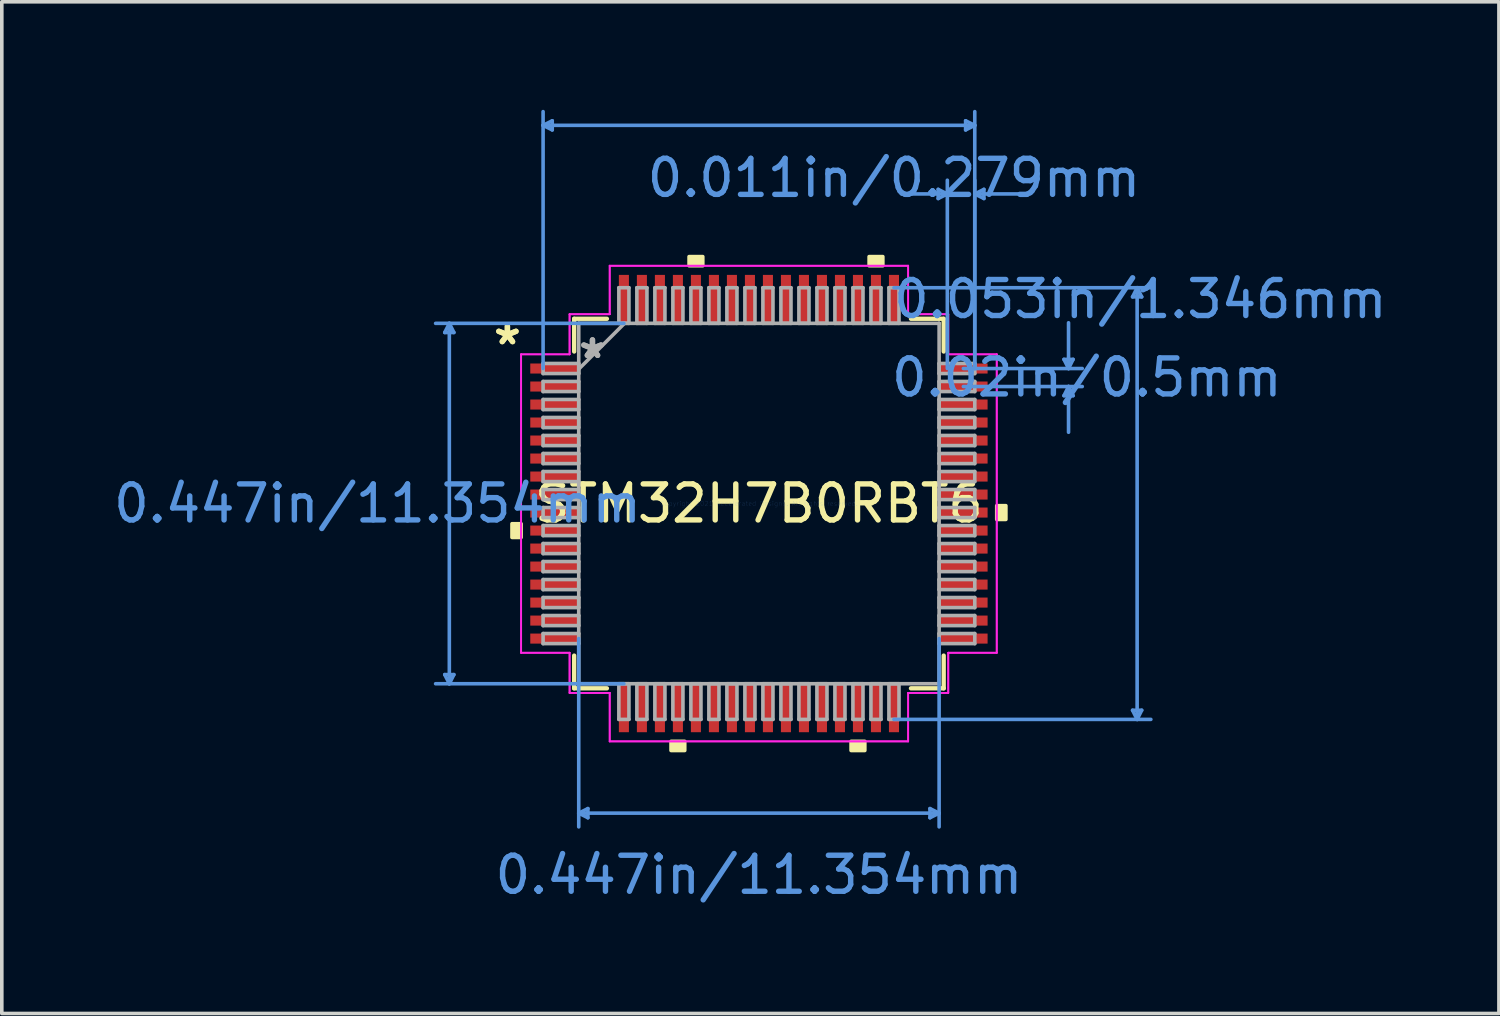
<source format=kicad_pcb>
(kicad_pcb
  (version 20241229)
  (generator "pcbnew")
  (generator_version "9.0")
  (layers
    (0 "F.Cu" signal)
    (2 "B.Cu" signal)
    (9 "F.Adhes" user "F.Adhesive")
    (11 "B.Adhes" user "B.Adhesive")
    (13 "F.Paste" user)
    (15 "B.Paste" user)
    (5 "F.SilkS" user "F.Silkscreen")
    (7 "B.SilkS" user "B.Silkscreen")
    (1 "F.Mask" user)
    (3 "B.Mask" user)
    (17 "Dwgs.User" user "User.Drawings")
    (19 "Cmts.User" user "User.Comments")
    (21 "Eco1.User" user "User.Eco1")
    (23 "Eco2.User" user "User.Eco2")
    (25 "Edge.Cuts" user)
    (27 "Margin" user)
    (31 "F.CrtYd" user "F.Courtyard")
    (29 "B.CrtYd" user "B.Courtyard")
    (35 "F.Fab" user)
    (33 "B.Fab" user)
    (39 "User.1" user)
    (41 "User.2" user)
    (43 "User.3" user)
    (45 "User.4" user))
  (footprint "STM32H7B0RBT6"
    (layer "F.Cu")
    (at 18.026 10.934)
    (property "Reference" "STM32H7B0RBT6" (at 0 0 0) (layer "F.SilkS") (effects (font (size 1 1) (thickness 0.15))))
    (attr through_hole)
    (fp_line (start -5.131 -5.131) (end -5.131 -4.222) (stroke (width 0.12) (type solid)) (layer "F.SilkS"))
    (fp_line (start -5.131 4.222) (end -5.131 5.131) (stroke (width 0.12) (type solid)) (layer "F.SilkS"))
    (fp_line (start -5.131 5.131) (end -4.222 5.131) (stroke (width 0.12) (type solid)) (layer "F.SilkS"))
    (fp_line (start -4.222 -5.131) (end -5.131 -5.131) (stroke (width 0.12) (type solid)) (layer "F.SilkS"))
    (fp_line (start 4.222 5.131) (end 5.131 5.131) (stroke (width 0.12) (type solid)) (layer "F.SilkS"))
    (fp_line (start 5.131 -5.131) (end 4.222 -5.131) (stroke (width 0.12) (type solid)) (layer "F.SilkS"))
    (fp_line (start 5.131 -4.222) (end 5.131 -5.131) (stroke (width 0.12) (type solid)) (layer "F.SilkS"))
    (fp_line (start 5.131 5.131) (end 5.131 4.222) (stroke (width 0.12) (type solid)) (layer "F.SilkS"))
    (fp_poly (pts (xy -6.858 0.56) (xy -6.858 0.941) (xy -6.604 0.941) (xy -6.604 0.56)) (stroke (width 0.1) (type solid)) (fill yes) (layer "F.SilkS"))
    (fp_poly (pts (xy -2.441 6.604) (xy -2.441 6.858) (xy -2.06 6.858) (xy -2.06 6.604)) (stroke (width 0.1) (type solid)) (fill yes) (layer "F.SilkS"))
    (fp_poly (pts (xy -1.94 -6.604) (xy -1.94 -6.858) (xy -1.559 -6.858) (xy -1.559 -6.604)) (stroke (width 0.1) (type solid)) (fill yes) (layer "F.SilkS"))
    (fp_poly (pts (xy 2.559 6.604) (xy 2.559 6.858) (xy 2.941 6.858) (xy 2.941 6.604)) (stroke (width 0.1) (type solid)) (fill yes) (layer "F.SilkS"))
    (fp_poly (pts (xy 3.06 -6.604) (xy 3.06 -6.858) (xy 3.441 -6.858) (xy 3.441 -6.604)) (stroke (width 0.1) (type solid)) (fill yes) (layer "F.SilkS"))
    (fp_poly (pts (xy 6.858 0.059) (xy 6.858 0.441) (xy 6.604 0.441) (xy 6.604 0.059)) (stroke (width 0.1) (type solid)) (fill yes) (layer "F.SilkS"))
    (fp_line (start -8.725 -4.75) (end -8.471 -4.75) (stroke (width 0.1) (type solid)) (layer "Cmts.User"))
    (fp_line (start -8.725 4.75) (end -8.471 4.75) (stroke (width 0.1) (type solid)) (layer "Cmts.User"))
    (fp_line (start -8.598 -5.004) (end -8.725 -4.75) (stroke (width 0.1) (type solid)) (layer "Cmts.User"))
    (fp_line (start -8.598 -5.004) (end -8.598 5.004) (stroke (width 0.1) (type solid)) (layer "Cmts.User"))
    (fp_line (start -8.598 -5.004) (end -8.471 -4.75) (stroke (width 0.1) (type solid)) (layer "Cmts.User"))
    (fp_line (start -8.598 5.004) (end -8.725 4.75) (stroke (width 0.1) (type solid)) (layer "Cmts.User"))
    (fp_line (start -8.598 5.004) (end -8.471 4.75) (stroke (width 0.1) (type solid)) (layer "Cmts.User"))
    (fp_line (start -5.994 -10.503) (end -5.74 -10.63) (stroke (width 0.1) (type solid)) (layer "Cmts.User"))
    (fp_line (start -5.994 -10.503) (end -5.74 -10.376) (stroke (width 0.1) (type solid)) (layer "Cmts.User"))
    (fp_line (start -5.994 -10.503) (end 5.994 -10.503) (stroke (width 0.1) (type solid)) (layer "Cmts.User"))
    (fp_line (start -5.994 -3.75) (end -5.994 -10.884) (stroke (width 0.1) (type solid)) (layer "Cmts.User"))
    (fp_line (start -5.74 -10.63) (end -5.74 -10.376) (stroke (width 0.1) (type solid)) (layer "Cmts.User"))
    (fp_line (start -5.004 3.75) (end -5.004 8.979) (stroke (width 0.1) (type solid)) (layer "Cmts.User"))
    (fp_line (start -5.004 8.598) (end -4.75 8.471) (stroke (width 0.1) (type solid)) (layer "Cmts.User"))
    (fp_line (start -5.004 8.598) (end -4.75 8.725) (stroke (width 0.1) (type solid)) (layer "Cmts.User"))
    (fp_line (start -5.004 8.598) (end 5.004 8.598) (stroke (width 0.1) (type solid)) (layer "Cmts.User"))
    (fp_line (start -4.75 8.471) (end -4.75 8.725) (stroke (width 0.1) (type solid)) (layer "Cmts.User"))
    (fp_line (start -3.75 -5.004) (end -8.979 -5.004) (stroke (width 0.1) (type solid)) (layer "Cmts.User"))
    (fp_line (start -3.75 5.004) (end -8.979 5.004) (stroke (width 0.1) (type solid)) (layer "Cmts.User"))
    (fp_line (start 3.75 -5.994) (end 10.884 -5.994) (stroke (width 0.1) (type solid)) (layer "Cmts.User"))
    (fp_line (start 3.75 5.994) (end 10.884 5.994) (stroke (width 0.1) (type solid)) (layer "Cmts.User"))
    (fp_line (start 4.75 8.471) (end 4.75 8.725) (stroke (width 0.1) (type solid)) (layer "Cmts.User"))
    (fp_line (start 4.978 -8.725) (end 4.978 -8.471) (stroke (width 0.1) (type solid)) (layer "Cmts.User"))
    (fp_line (start 5.004 3.75) (end 5.004 8.979) (stroke (width 0.1) (type solid)) (layer "Cmts.User"))
    (fp_line (start 5.004 8.598) (end 4.75 8.471) (stroke (width 0.1) (type solid)) (layer "Cmts.User"))
    (fp_line (start 5.004 8.598) (end 4.75 8.725) (stroke (width 0.1) (type solid)) (layer "Cmts.User"))
    (fp_line (start 5.232 -8.598) (end 3.962 -8.598) (stroke (width 0.1) (type solid)) (layer "Cmts.User"))
    (fp_line (start 5.232 -8.598) (end 4.978 -8.725) (stroke (width 0.1) (type solid)) (layer "Cmts.User"))
    (fp_line (start 5.232 -8.598) (end 4.978 -8.471) (stroke (width 0.1) (type solid)) (layer "Cmts.User"))
    (fp_line (start 5.232 -3.75) (end 5.232 -8.979) (stroke (width 0.1) (type solid)) (layer "Cmts.User"))
    (fp_line (start 5.677 -3.75) (end 8.979 -3.75) (stroke (width 0.1) (type solid)) (layer "Cmts.User"))
    (fp_line (start 5.677 -3.25) (end 8.979 -3.25) (stroke (width 0.1) (type solid)) (layer "Cmts.User"))
    (fp_line (start 5.74 -10.63) (end 5.74 -10.376) (stroke (width 0.1) (type solid)) (layer "Cmts.User"))
    (fp_line (start 5.994 -10.503) (end 5.74 -10.63) (stroke (width 0.1) (type solid)) (layer "Cmts.User"))
    (fp_line (start 5.994 -10.503) (end 5.74 -10.376) (stroke (width 0.1) (type solid)) (layer "Cmts.User"))
    (fp_line (start 5.994 -8.598) (end 6.248 -8.725) (stroke (width 0.1) (type solid)) (layer "Cmts.User"))
    (fp_line (start 5.994 -8.598) (end 6.248 -8.471) (stroke (width 0.1) (type solid)) (layer "Cmts.User"))
    (fp_line (start 5.994 -8.598) (end 7.264 -8.598) (stroke (width 0.1) (type solid)) (layer "Cmts.User"))
    (fp_line (start 5.994 -3.75) (end 5.994 -10.884) (stroke (width 0.1) (type solid)) (layer "Cmts.User"))
    (fp_line (start 5.994 -3.75) (end 5.994 -8.979) (stroke (width 0.1) (type solid)) (layer "Cmts.User"))
    (fp_line (start 6.248 -8.725) (end 6.248 -8.471) (stroke (width 0.1) (type solid)) (layer "Cmts.User"))
    (fp_line (start 8.471 -4.004) (end 8.725 -4.004) (stroke (width 0.1) (type solid)) (layer "Cmts.User"))
    (fp_line (start 8.471 -2.996) (end 8.725 -2.996) (stroke (width 0.1) (type solid)) (layer "Cmts.User"))
    (fp_line (start 8.598 -3.75) (end 8.471 -4.004) (stroke (width 0.1) (type solid)) (layer "Cmts.User"))
    (fp_line (start 8.598 -3.75) (end 8.598 -5.02) (stroke (width 0.1) (type solid)) (layer "Cmts.User"))
    (fp_line (start 8.598 -3.75) (end 8.725 -4.004) (stroke (width 0.1) (type solid)) (layer "Cmts.User"))
    (fp_line (start 8.598 -3.25) (end 8.471 -2.996) (stroke (width 0.1) (type solid)) (layer "Cmts.User"))
    (fp_line (start 8.598 -3.25) (end 8.598 -1.98) (stroke (width 0.1) (type solid)) (layer "Cmts.User"))
    (fp_line (start 8.598 -3.25) (end 8.725 -2.996) (stroke (width 0.1) (type solid)) (layer "Cmts.User"))
    (fp_line (start 10.376 -5.74) (end 10.63 -5.74) (stroke (width 0.1) (type solid)) (layer "Cmts.User"))
    (fp_line (start 10.376 5.74) (end 10.63 5.74) (stroke (width 0.1) (type solid)) (layer "Cmts.User"))
    (fp_line (start 10.503 -5.994) (end 10.376 -5.74) (stroke (width 0.1) (type solid)) (layer "Cmts.User"))
    (fp_line (start 10.503 -5.994) (end 10.503 5.994) (stroke (width 0.1) (type solid)) (layer "Cmts.User"))
    (fp_line (start 10.503 -5.994) (end 10.63 -5.74) (stroke (width 0.1) (type solid)) (layer "Cmts.User"))
    (fp_line (start 10.503 5.994) (end 10.376 5.74) (stroke (width 0.1) (type solid)) (layer "Cmts.User"))
    (fp_line (start 10.503 5.994) (end 10.63 5.74) (stroke (width 0.1) (type solid)) (layer "Cmts.User"))
    (fp_line (start -6.604 -4.144) (end -5.258 -4.144) (stroke (width 0.05) (type solid)) (layer "F.CrtYd"))
    (fp_line (start -6.604 -4.144) (end -5.258 -4.144) (stroke (width 0.05) (type solid)) (layer "F.CrtYd"))
    (fp_line (start -6.604 4.144) (end -6.604 -4.144) (stroke (width 0.05) (type solid)) (layer "F.CrtYd"))
    (fp_line (start -6.604 4.144) (end -6.604 -4.144) (stroke (width 0.05) (type solid)) (layer "F.CrtYd"))
    (fp_line (start -5.258 -5.258) (end -4.144 -5.258) (stroke (width 0.05) (type solid)) (layer "F.CrtYd"))
    (fp_line (start -5.258 -5.258) (end -4.144 -5.258) (stroke (width 0.05) (type solid)) (layer "F.CrtYd"))
    (fp_line (start -5.258 -4.144) (end -5.258 -5.258) (stroke (width 0.05) (type solid)) (layer "F.CrtYd"))
    (fp_line (start -5.258 -4.144) (end -5.258 -5.258) (stroke (width 0.05) (type solid)) (layer "F.CrtYd"))
    (fp_line (start -5.258 4.144) (end -6.604 4.144) (stroke (width 0.05) (type solid)) (layer "F.CrtYd"))
    (fp_line (start -5.258 4.144) (end -6.604 4.144) (stroke (width 0.05) (type solid)) (layer "F.CrtYd"))
    (fp_line (start -5.258 5.258) (end -5.258 4.144) (stroke (width 0.05) (type solid)) (layer "F.CrtYd"))
    (fp_line (start -5.258 5.258) (end -5.258 4.144) (stroke (width 0.05) (type solid)) (layer "F.CrtYd"))
    (fp_line (start -5.258 5.258) (end -4.144 5.258) (stroke (width 0.05) (type solid)) (layer "F.CrtYd"))
    (fp_line (start -4.144 -6.604) (end 4.144 -6.604) (stroke (width 0.05) (type solid)) (layer "F.CrtYd"))
    (fp_line (start -4.144 -6.604) (end 4.144 -6.604) (stroke (width 0.05) (type solid)) (layer "F.CrtYd"))
    (fp_line (start -4.144 -5.258) (end -4.144 -6.604) (stroke (width 0.05) (type solid)) (layer "F.CrtYd"))
    (fp_line (start -4.144 -5.258) (end -4.144 -6.604) (stroke (width 0.05) (type solid)) (layer "F.CrtYd"))
    (fp_line (start -4.144 5.258) (end -5.258 5.258) (stroke (width 0.05) (type solid)) (layer "F.CrtYd"))
    (fp_line (start -4.144 5.258) (end -4.144 6.604) (stroke (width 0.05) (type solid)) (layer "F.CrtYd"))
    (fp_line (start -4.144 6.604) (end -4.144 5.258) (stroke (width 0.05) (type solid)) (layer "F.CrtYd"))
    (fp_line (start -4.144 6.604) (end 4.144 6.604) (stroke (width 0.05) (type solid)) (layer "F.CrtYd"))
    (fp_line (start 4.144 -6.604) (end 4.144 -5.258) (stroke (width 0.05) (type solid)) (layer "F.CrtYd"))
    (fp_line (start 4.144 -6.604) (end 4.144 -5.258) (stroke (width 0.05) (type solid)) (layer "F.CrtYd"))
    (fp_line (start 4.144 -5.258) (end 5.258 -5.258) (stroke (width 0.05) (type solid)) (layer "F.CrtYd"))
    (fp_line (start 4.144 -5.258) (end 5.258 -5.258) (stroke (width 0.05) (type solid)) (layer "F.CrtYd"))
    (fp_line (start 4.144 5.258) (end 4.144 6.604) (stroke (width 0.05) (type solid)) (layer "F.CrtYd"))
    (fp_line (start 4.144 5.258) (end 5.258 5.258) (stroke (width 0.05) (type solid)) (layer "F.CrtYd"))
    (fp_line (start 4.144 6.604) (end -4.144 6.604) (stroke (width 0.05) (type solid)) (layer "F.CrtYd"))
    (fp_line (start 4.144 6.604) (end 4.144 5.258) (stroke (width 0.05) (type solid)) (layer "F.CrtYd"))
    (fp_line (start 5.258 -5.258) (end 5.258 -4.144) (stroke (width 0.05) (type solid)) (layer "F.CrtYd"))
    (fp_line (start 5.258 -4.144) (end 5.258 -5.258) (stroke (width 0.05) (type solid)) (layer "F.CrtYd"))
    (fp_line (start 5.258 -4.144) (end 6.604 -4.144) (stroke (width 0.05) (type solid)) (layer "F.CrtYd"))
    (fp_line (start 5.258 4.144) (end 5.258 5.258) (stroke (width 0.05) (type solid)) (layer "F.CrtYd"))
    (fp_line (start 5.258 4.144) (end 6.604 4.144) (stroke (width 0.05) (type solid)) (layer "F.CrtYd"))
    (fp_line (start 5.258 5.258) (end 4.144 5.258) (stroke (width 0.05) (type solid)) (layer "F.CrtYd"))
    (fp_line (start 5.258 5.258) (end 5.258 4.144) (stroke (width 0.05) (type solid)) (layer "F.CrtYd"))
    (fp_line (start 6.604 -4.144) (end 5.258 -4.144) (stroke (width 0.05) (type solid)) (layer "F.CrtYd"))
    (fp_line (start 6.604 -4.144) (end 6.604 4.144) (stroke (width 0.05) (type solid)) (layer "F.CrtYd"))
    (fp_line (start 6.604 4.144) (end 5.258 4.144) (stroke (width 0.05) (type solid)) (layer "F.CrtYd"))
    (fp_line (start 6.604 4.144) (end 6.604 -4.144) (stroke (width 0.05) (type solid)) (layer "F.CrtYd"))
    (fp_line (start -5.994 -3.89) (end -5.994 -3.61) (stroke (width 0.1) (type solid)) (layer "F.Fab"))
    (fp_line (start -5.994 -3.61) (end -5.004 -3.61) (stroke (width 0.1) (type solid)) (layer "F.Fab"))
    (fp_line (start -5.994 -3.39) (end -5.994 -3.11) (stroke (width 0.1) (type solid)) (layer "F.Fab"))
    (fp_line (start -5.994 -3.11) (end -5.004 -3.11) (stroke (width 0.1) (type solid)) (layer "F.Fab"))
    (fp_line (start -5.994 -2.89) (end -5.994 -2.61) (stroke (width 0.1) (type solid)) (layer "F.Fab"))
    (fp_line (start -5.994 -2.61) (end -5.004 -2.61) (stroke (width 0.1) (type solid)) (layer "F.Fab"))
    (fp_line (start -5.994 -2.39) (end -5.994 -2.11) (stroke (width 0.1) (type solid)) (layer "F.Fab"))
    (fp_line (start -5.994 -2.11) (end -5.004 -2.11) (stroke (width 0.1) (type solid)) (layer "F.Fab"))
    (fp_line (start -5.994 -1.89) (end -5.994 -1.61) (stroke (width 0.1) (type solid)) (layer "F.Fab"))
    (fp_line (start -5.994 -1.61) (end -5.004 -1.61) (stroke (width 0.1) (type solid)) (layer "F.Fab"))
    (fp_line (start -5.994 -1.39) (end -5.994 -1.11) (stroke (width 0.1) (type solid)) (layer "F.Fab"))
    (fp_line (start -5.994 -1.11) (end -5.004 -1.11) (stroke (width 0.1) (type solid)) (layer "F.Fab"))
    (fp_line (start -5.994 -0.89) (end -5.994 -0.61) (stroke (width 0.1) (type solid)) (layer "F.Fab"))
    (fp_line (start -5.994 -0.61) (end -5.004 -0.61) (stroke (width 0.1) (type solid)) (layer "F.Fab"))
    (fp_line (start -5.994 -0.39) (end -5.994 -0.11) (stroke (width 0.1) (type solid)) (layer "F.Fab"))
    (fp_line (start -5.994 -0.11) (end -5.004 -0.11) (stroke (width 0.1) (type solid)) (layer "F.Fab"))
    (fp_line (start -5.994 0.11) (end -5.994 0.39) (stroke (width 0.1) (type solid)) (layer "F.Fab"))
    (fp_line (start -5.994 0.39) (end -5.004 0.39) (stroke (width 0.1) (type solid)) (layer "F.Fab"))
    (fp_line (start -5.994 0.61) (end -5.994 0.89) (stroke (width 0.1) (type solid)) (layer "F.Fab"))
    (fp_line (start -5.994 0.89) (end -5.004 0.89) (stroke (width 0.1) (type solid)) (layer "F.Fab"))
    (fp_line (start -5.994 1.11) (end -5.994 1.39) (stroke (width 0.1) (type solid)) (layer "F.Fab"))
    (fp_line (start -5.994 1.39) (end -5.004 1.39) (stroke (width 0.1) (type solid)) (layer "F.Fab"))
    (fp_line (start -5.994 1.61) (end -5.994 1.89) (stroke (width 0.1) (type solid)) (layer "F.Fab"))
    (fp_line (start -5.994 1.89) (end -5.004 1.89) (stroke (width 0.1) (type solid)) (layer "F.Fab"))
    (fp_line (start -5.994 2.11) (end -5.994 2.39) (stroke (width 0.1) (type solid)) (layer "F.Fab"))
    (fp_line (start -5.994 2.39) (end -5.004 2.39) (stroke (width 0.1) (type solid)) (layer "F.Fab"))
    (fp_line (start -5.994 2.61) (end -5.994 2.89) (stroke (width 0.1) (type solid)) (layer "F.Fab"))
    (fp_line (start -5.994 2.89) (end -5.004 2.89) (stroke (width 0.1) (type solid)) (layer "F.Fab"))
    (fp_line (start -5.994 3.11) (end -5.994 3.39) (stroke (width 0.1) (type solid)) (layer "F.Fab"))
    (fp_line (start -5.994 3.39) (end -5.004 3.39) (stroke (width 0.1) (type solid)) (layer "F.Fab"))
    (fp_line (start -5.994 3.61) (end -5.994 3.89) (stroke (width 0.1) (type solid)) (layer "F.Fab"))
    (fp_line (start -5.994 3.89) (end -5.004 3.89) (stroke (width 0.1) (type solid)) (layer "F.Fab"))
    (fp_line (start -5.004 -5.004) (end -5.004 -5.004) (stroke (width 0.1) (type solid)) (layer "F.Fab"))
    (fp_line (start -5.004 -5.004) (end -5.004 5.004) (stroke (width 0.1) (type solid)) (layer "F.Fab"))
    (fp_line (start -5.004 -3.89) (end -5.994 -3.89) (stroke (width 0.1) (type solid)) (layer "F.Fab"))
    (fp_line (start -5.004 -3.734) (end -3.734 -5.004) (stroke (width 0.1) (type solid)) (layer "F.Fab"))
    (fp_line (start -5.004 -3.61) (end -5.004 -3.89) (stroke (width 0.1) (type solid)) (layer "F.Fab"))
    (fp_line (start -5.004 -3.39) (end -5.994 -3.39) (stroke (width 0.1) (type solid)) (layer "F.Fab"))
    (fp_line (start -5.004 -3.11) (end -5.004 -3.39) (stroke (width 0.1) (type solid)) (layer "F.Fab"))
    (fp_line (start -5.004 -2.89) (end -5.994 -2.89) (stroke (width 0.1) (type solid)) (layer "F.Fab"))
    (fp_line (start -5.004 -2.61) (end -5.004 -2.89) (stroke (width 0.1) (type solid)) (layer "F.Fab"))
    (fp_line (start -5.004 -2.39) (end -5.994 -2.39) (stroke (width 0.1) (type solid)) (layer "F.Fab"))
    (fp_line (start -5.004 -2.11) (end -5.004 -2.39) (stroke (width 0.1) (type solid)) (layer "F.Fab"))
    (fp_line (start -5.004 -1.89) (end -5.994 -1.89) (stroke (width 0.1) (type solid)) (layer "F.Fab"))
    (fp_line (start -5.004 -1.61) (end -5.004 -1.89) (stroke (width 0.1) (type solid)) (layer "F.Fab"))
    (fp_line (start -5.004 -1.39) (end -5.994 -1.39) (stroke (width 0.1) (type solid)) (layer "F.Fab"))
    (fp_line (start -5.004 -1.11) (end -5.004 -1.39) (stroke (width 0.1) (type solid)) (layer "F.Fab"))
    (fp_line (start -5.004 -0.89) (end -5.994 -0.89) (stroke (width 0.1) (type solid)) (layer "F.Fab"))
    (fp_line (start -5.004 -0.61) (end -5.004 -0.89) (stroke (width 0.1) (type solid)) (layer "F.Fab"))
    (fp_line (start -5.004 -0.39) (end -5.994 -0.39) (stroke (width 0.1) (type solid)) (layer "F.Fab"))
    (fp_line (start -5.004 -0.11) (end -5.004 -0.39) (stroke (width 0.1) (type solid)) (layer "F.Fab"))
    (fp_line (start -5.004 0.11) (end -5.994 0.11) (stroke (width 0.1) (type solid)) (layer "F.Fab"))
    (fp_line (start -5.004 0.39) (end -5.004 0.11) (stroke (width 0.1) (type solid)) (layer "F.Fab"))
    (fp_line (start -5.004 0.61) (end -5.994 0.61) (stroke (width 0.1) (type solid)) (layer "F.Fab"))
    (fp_line (start -5.004 0.89) (end -5.004 0.61) (stroke (width 0.1) (type solid)) (layer "F.Fab"))
    (fp_line (start -5.004 1.11) (end -5.994 1.11) (stroke (width 0.1) (type solid)) (layer "F.Fab"))
    (fp_line (start -5.004 1.39) (end -5.004 1.11) (stroke (width 0.1) (type solid)) (layer "F.Fab"))
    (fp_line (start -5.004 1.61) (end -5.994 1.61) (stroke (width 0.1) (type solid)) (layer "F.Fab"))
    (fp_line (start -5.004 1.89) (end -5.004 1.61) (stroke (width 0.1) (type solid)) (layer "F.Fab"))
    (fp_line (start -5.004 2.11) (end -5.994 2.11) (stroke (width 0.1) (type solid)) (layer "F.Fab"))
    (fp_line (start -5.004 2.39) (end -5.004 2.11) (stroke (width 0.1) (type solid)) (layer "F.Fab"))
    (fp_line (start -5.004 2.61) (end -5.994 2.61) (stroke (width 0.1) (type solid)) (layer "F.Fab"))
    (fp_line (start -5.004 2.89) (end -5.004 2.61) (stroke (width 0.1) (type solid)) (layer "F.Fab"))
    (fp_line (start -5.004 3.11) (end -5.994 3.11) (stroke (width 0.1) (type solid)) (layer "F.Fab"))
    (fp_line (start -5.004 3.39) (end -5.004 3.11) (stroke (width 0.1) (type solid)) (layer "F.Fab"))
    (fp_line (start -5.004 3.61) (end -5.994 3.61) (stroke (width 0.1) (type solid)) (layer "F.Fab"))
    (fp_line (start -5.004 3.89) (end -5.004 3.61) (stroke (width 0.1) (type solid)) (layer "F.Fab"))
    (fp_line (start -5.004 5.004) (end -5.004 5.004) (stroke (width 0.1) (type solid)) (layer "F.Fab"))
    (fp_line (start -5.004 5.004) (end 5.004 5.004) (stroke (width 0.1) (type solid)) (layer "F.Fab"))
    (fp_line (start -3.89 -5.994) (end -3.89 -5.004) (stroke (width 0.1) (type solid)) (layer "F.Fab"))
    (fp_line (start -3.89 -5.004) (end -3.61 -5.004) (stroke (width 0.1) (type solid)) (layer "F.Fab"))
    (fp_line (start -3.89 5.004) (end -3.89 5.994) (stroke (width 0.1) (type solid)) (layer "F.Fab"))
    (fp_line (start -3.89 5.994) (end -3.61 5.994) (stroke (width 0.1) (type solid)) (layer "F.Fab"))
    (fp_line (start -3.61 -5.994) (end -3.89 -5.994) (stroke (width 0.1) (type solid)) (layer "F.Fab"))
    (fp_line (start -3.61 -5.004) (end -3.61 -5.994) (stroke (width 0.1) (type solid)) (layer "F.Fab"))
    (fp_line (start -3.61 5.004) (end -3.89 5.004) (stroke (width 0.1) (type solid)) (layer "F.Fab"))
    (fp_line (start -3.61 5.994) (end -3.61 5.004) (stroke (width 0.1) (type solid)) (layer "F.Fab"))
    (fp_line (start -3.39 -5.994) (end -3.39 -5.004) (stroke (width 0.1) (type solid)) (layer "F.Fab"))
    (fp_line (start -3.39 -5.004) (end -3.11 -5.004) (stroke (width 0.1) (type solid)) (layer "F.Fab"))
    (fp_line (start -3.39 5.004) (end -3.39 5.994) (stroke (width 0.1) (type solid)) (layer "F.Fab"))
    (fp_line (start -3.39 5.994) (end -3.11 5.994) (stroke (width 0.1) (type solid)) (layer "F.Fab"))
    (fp_line (start -3.11 -5.994) (end -3.39 -5.994) (stroke (width 0.1) (type solid)) (layer "F.Fab"))
    (fp_line (start -3.11 -5.004) (end -3.11 -5.994) (stroke (width 0.1) (type solid)) (layer "F.Fab"))
    (fp_line (start -3.11 5.004) (end -3.39 5.004) (stroke (width 0.1) (type solid)) (layer "F.Fab"))
    (fp_line (start -3.11 5.994) (end -3.11 5.004) (stroke (width 0.1) (type solid)) (layer "F.Fab"))
    (fp_line (start -2.89 -5.994) (end -2.89 -5.004) (stroke (width 0.1) (type solid)) (layer "F.Fab"))
    (fp_line (start -2.89 -5.004) (end -2.61 -5.004) (stroke (width 0.1) (type solid)) (layer "F.Fab"))
    (fp_line (start -2.89 5.004) (end -2.89 5.994) (stroke (width 0.1) (type solid)) (layer "F.Fab"))
    (fp_line (start -2.89 5.994) (end -2.61 5.994) (stroke (width 0.1) (type solid)) (layer "F.Fab"))
    (fp_line (start -2.61 -5.994) (end -2.89 -5.994) (stroke (width 0.1) (type solid)) (layer "F.Fab"))
    (fp_line (start -2.61 -5.004) (end -2.61 -5.994) (stroke (width 0.1) (type solid)) (layer "F.Fab"))
    (fp_line (start -2.61 5.004) (end -2.89 5.004) (stroke (width 0.1) (type solid)) (layer "F.Fab"))
    (fp_line (start -2.61 5.994) (end -2.61 5.004) (stroke (width 0.1) (type solid)) (layer "F.Fab"))
    (fp_line (start -2.39 -5.994) (end -2.39 -5.004) (stroke (width 0.1) (type solid)) (layer "F.Fab"))
    (fp_line (start -2.39 -5.004) (end -2.11 -5.004) (stroke (width 0.1) (type solid)) (layer "F.Fab"))
    (fp_line (start -2.39 5.004) (end -2.39 5.994) (stroke (width 0.1) (type solid)) (layer "F.Fab"))
    (fp_line (start -2.39 5.994) (end -2.11 5.994) (stroke (width 0.1) (type solid)) (layer "F.Fab"))
    (fp_line (start -2.11 -5.994) (end -2.39 -5.994) (stroke (width 0.1) (type solid)) (layer "F.Fab"))
    (fp_line (start -2.11 -5.004) (end -2.11 -5.994) (stroke (width 0.1) (type solid)) (layer "F.Fab"))
    (fp_line (start -2.11 5.004) (end -2.39 5.004) (stroke (width 0.1) (type solid)) (layer "F.Fab"))
    (fp_line (start -2.11 5.994) (end -2.11 5.004) (stroke (width 0.1) (type solid)) (layer "F.Fab"))
    (fp_line (start -1.89 -5.994) (end -1.89 -5.004) (stroke (width 0.1) (type solid)) (layer "F.Fab"))
    (fp_line (start -1.89 -5.004) (end -1.61 -5.004) (stroke (width 0.1) (type solid)) (layer "F.Fab"))
    (fp_line (start -1.89 5.004) (end -1.89 5.994) (stroke (width 0.1) (type solid)) (layer "F.Fab"))
    (fp_line (start -1.89 5.994) (end -1.61 5.994) (stroke (width 0.1) (type solid)) (layer "F.Fab"))
    (fp_line (start -1.61 -5.994) (end -1.89 -5.994) (stroke (width 0.1) (type solid)) (layer "F.Fab"))
    (fp_line (start -1.61 -5.004) (end -1.61 -5.994) (stroke (width 0.1) (type solid)) (layer "F.Fab"))
    (fp_line (start -1.61 5.004) (end -1.89 5.004) (stroke (width 0.1) (type solid)) (layer "F.Fab"))
    (fp_line (start -1.61 5.994) (end -1.61 5.004) (stroke (width 0.1) (type solid)) (layer "F.Fab"))
    (fp_line (start -1.39 -5.994) (end -1.39 -5.004) (stroke (width 0.1) (type solid)) (layer "F.Fab"))
    (fp_line (start -1.39 -5.004) (end -1.11 -5.004) (stroke (width 0.1) (type solid)) (layer "F.Fab"))
    (fp_line (start -1.39 5.004) (end -1.39 5.994) (stroke (width 0.1) (type solid)) (layer "F.Fab"))
    (fp_line (start -1.39 5.994) (end -1.11 5.994) (stroke (width 0.1) (type solid)) (layer "F.Fab"))
    (fp_line (start -1.11 -5.994) (end -1.39 -5.994) (stroke (width 0.1) (type solid)) (layer "F.Fab"))
    (fp_line (start -1.11 -5.004) (end -1.11 -5.994) (stroke (width 0.1) (type solid)) (layer "F.Fab"))
    (fp_line (start -1.11 5.004) (end -1.39 5.004) (stroke (width 0.1) (type solid)) (layer "F.Fab"))
    (fp_line (start -1.11 5.994) (end -1.11 5.004) (stroke (width 0.1) (type solid)) (layer "F.Fab"))
    (fp_line (start -0.89 -5.994) (end -0.89 -5.004) (stroke (width 0.1) (type solid)) (layer "F.Fab"))
    (fp_line (start -0.89 -5.004) (end -0.61 -5.004) (stroke (width 0.1) (type solid)) (layer "F.Fab"))
    (fp_line (start -0.89 5.004) (end -0.89 5.994) (stroke (width 0.1) (type solid)) (layer "F.Fab"))
    (fp_line (start -0.89 5.994) (end -0.61 5.994) (stroke (width 0.1) (type solid)) (layer "F.Fab"))
    (fp_line (start -0.61 -5.994) (end -0.89 -5.994) (stroke (width 0.1) (type solid)) (layer "F.Fab"))
    (fp_line (start -0.61 -5.004) (end -0.61 -5.994) (stroke (width 0.1) (type solid)) (layer "F.Fab"))
    (fp_line (start -0.61 5.004) (end -0.89 5.004) (stroke (width 0.1) (type solid)) (layer "F.Fab"))
    (fp_line (start -0.61 5.994) (end -0.61 5.004) (stroke (width 0.1) (type solid)) (layer "F.Fab"))
    (fp_line (start -0.39 -5.994) (end -0.39 -5.004) (stroke (width 0.1) (type solid)) (layer "F.Fab"))
    (fp_line (start -0.39 -5.004) (end -0.11 -5.004) (stroke (width 0.1) (type solid)) (layer "F.Fab"))
    (fp_line (start -0.39 5.004) (end -0.39 5.994) (stroke (width 0.1) (type solid)) (layer "F.Fab"))
    (fp_line (start -0.39 5.994) (end -0.11 5.994) (stroke (width 0.1) (type solid)) (layer "F.Fab"))
    (fp_line (start -0.11 -5.994) (end -0.39 -5.994) (stroke (width 0.1) (type solid)) (layer "F.Fab"))
    (fp_line (start -0.11 -5.004) (end -0.11 -5.994) (stroke (width 0.1) (type solid)) (layer "F.Fab"))
    (fp_line (start -0.11 5.004) (end -0.39 5.004) (stroke (width 0.1) (type solid)) (layer "F.Fab"))
    (fp_line (start -0.11 5.994) (end -0.11 5.004) (stroke (width 0.1) (type solid)) (layer "F.Fab"))
    (fp_line (start 0.11 -5.994) (end 0.11 -5.004) (stroke (width 0.1) (type solid)) (layer "F.Fab"))
    (fp_line (start 0.11 -5.004) (end 0.39 -5.004) (stroke (width 0.1) (type solid)) (layer "F.Fab"))
    (fp_line (start 0.11 5.004) (end 0.11 5.994) (stroke (width 0.1) (type solid)) (layer "F.Fab"))
    (fp_line (start 0.11 5.994) (end 0.39 5.994) (stroke (width 0.1) (type solid)) (layer "F.Fab"))
    (fp_line (start 0.39 -5.994) (end 0.11 -5.994) (stroke (width 0.1) (type solid)) (layer "F.Fab"))
    (fp_line (start 0.39 -5.004) (end 0.39 -5.994) (stroke (width 0.1) (type solid)) (layer "F.Fab"))
    (fp_line (start 0.39 5.004) (end 0.11 5.004) (stroke (width 0.1) (type solid)) (layer "F.Fab"))
    (fp_line (start 0.39 5.994) (end 0.39 5.004) (stroke (width 0.1) (type solid)) (layer "F.Fab"))
    (fp_line (start 0.61 -5.994) (end 0.61 -5.004) (stroke (width 0.1) (type solid)) (layer "F.Fab"))
    (fp_line (start 0.61 -5.004) (end 0.89 -5.004) (stroke (width 0.1) (type solid)) (layer "F.Fab"))
    (fp_line (start 0.61 5.004) (end 0.61 5.994) (stroke (width 0.1) (type solid)) (layer "F.Fab"))
    (fp_line (start 0.61 5.994) (end 0.89 5.994) (stroke (width 0.1) (type solid)) (layer "F.Fab"))
    (fp_line (start 0.89 -5.994) (end 0.61 -5.994) (stroke (width 0.1) (type solid)) (layer "F.Fab"))
    (fp_line (start 0.89 -5.004) (end 0.89 -5.994) (stroke (width 0.1) (type solid)) (layer "F.Fab"))
    (fp_line (start 0.89 5.004) (end 0.61 5.004) (stroke (width 0.1) (type solid)) (layer "F.Fab"))
    (fp_line (start 0.89 5.994) (end 0.89 5.004) (stroke (width 0.1) (type solid)) (layer "F.Fab"))
    (fp_line (start 1.11 -5.994) (end 1.11 -5.004) (stroke (width 0.1) (type solid)) (layer "F.Fab"))
    (fp_line (start 1.11 -5.004) (end 1.39 -5.004) (stroke (width 0.1) (type solid)) (layer "F.Fab"))
    (fp_line (start 1.11 5.004) (end 1.11 5.994) (stroke (width 0.1) (type solid)) (layer "F.Fab"))
    (fp_line (start 1.11 5.994) (end 1.39 5.994) (stroke (width 0.1) (type solid)) (layer "F.Fab"))
    (fp_line (start 1.39 -5.994) (end 1.11 -5.994) (stroke (width 0.1) (type solid)) (layer "F.Fab"))
    (fp_line (start 1.39 -5.004) (end 1.39 -5.994) (stroke (width 0.1) (type solid)) (layer "F.Fab"))
    (fp_line (start 1.39 5.004) (end 1.11 5.004) (stroke (width 0.1) (type solid)) (layer "F.Fab"))
    (fp_line (start 1.39 5.994) (end 1.39 5.004) (stroke (width 0.1) (type solid)) (layer "F.Fab"))
    (fp_line (start 1.61 -5.994) (end 1.61 -5.004) (stroke (width 0.1) (type solid)) (layer "F.Fab"))
    (fp_line (start 1.61 -5.004) (end 1.89 -5.004) (stroke (width 0.1) (type solid)) (layer "F.Fab"))
    (fp_line (start 1.61 5.004) (end 1.61 5.994) (stroke (width 0.1) (type solid)) (layer "F.Fab"))
    (fp_line (start 1.61 5.994) (end 1.89 5.994) (stroke (width 0.1) (type solid)) (layer "F.Fab"))
    (fp_line (start 1.89 -5.994) (end 1.61 -5.994) (stroke (width 0.1) (type solid)) (layer "F.Fab"))
    (fp_line (start 1.89 -5.004) (end 1.89 -5.994) (stroke (width 0.1) (type solid)) (layer "F.Fab"))
    (fp_line (start 1.89 5.004) (end 1.61 5.004) (stroke (width 0.1) (type solid)) (layer "F.Fab"))
    (fp_line (start 1.89 5.994) (end 1.89 5.004) (stroke (width 0.1) (type solid)) (layer "F.Fab"))
    (fp_line (start 2.11 -5.994) (end 2.11 -5.004) (stroke (width 0.1) (type solid)) (layer "F.Fab"))
    (fp_line (start 2.11 -5.004) (end 2.39 -5.004) (stroke (width 0.1) (type solid)) (layer "F.Fab"))
    (fp_line (start 2.11 5.004) (end 2.11 5.994) (stroke (width 0.1) (type solid)) (layer "F.Fab"))
    (fp_line (start 2.11 5.994) (end 2.39 5.994) (stroke (width 0.1) (type solid)) (layer "F.Fab"))
    (fp_line (start 2.39 -5.994) (end 2.11 -5.994) (stroke (width 0.1) (type solid)) (layer "F.Fab"))
    (fp_line (start 2.39 -5.004) (end 2.39 -5.994) (stroke (width 0.1) (type solid)) (layer "F.Fab"))
    (fp_line (start 2.39 5.004) (end 2.11 5.004) (stroke (width 0.1) (type solid)) (layer "F.Fab"))
    (fp_line (start 2.39 5.994) (end 2.39 5.004) (stroke (width 0.1) (type solid)) (layer "F.Fab"))
    (fp_line (start 2.61 -5.994) (end 2.61 -5.004) (stroke (width 0.1) (type solid)) (layer "F.Fab"))
    (fp_line (start 2.61 -5.004) (end 2.89 -5.004) (stroke (width 0.1) (type solid)) (layer "F.Fab"))
    (fp_line (start 2.61 5.004) (end 2.61 5.994) (stroke (width 0.1) (type solid)) (layer "F.Fab"))
    (fp_line (start 2.61 5.994) (end 2.89 5.994) (stroke (width 0.1) (type solid)) (layer "F.Fab"))
    (fp_line (start 2.89 -5.994) (end 2.61 -5.994) (stroke (width 0.1) (type solid)) (layer "F.Fab"))
    (fp_line (start 2.89 -5.004) (end 2.89 -5.994) (stroke (width 0.1) (type solid)) (layer "F.Fab"))
    (fp_line (start 2.89 5.004) (end 2.61 5.004) (stroke (width 0.1) (type solid)) (layer "F.Fab"))
    (fp_line (start 2.89 5.994) (end 2.89 5.004) (stroke (width 0.1) (type solid)) (layer "F.Fab"))
    (fp_line (start 3.11 -5.994) (end 3.11 -5.004) (stroke (width 0.1) (type solid)) (layer "F.Fab"))
    (fp_line (start 3.11 -5.004) (end 3.39 -5.004) (stroke (width 0.1) (type solid)) (layer "F.Fab"))
    (fp_line (start 3.11 5.004) (end 3.11 5.994) (stroke (width 0.1) (type solid)) (layer "F.Fab"))
    (fp_line (start 3.11 5.994) (end 3.39 5.994) (stroke (width 0.1) (type solid)) (layer "F.Fab"))
    (fp_line (start 3.39 -5.994) (end 3.11 -5.994) (stroke (width 0.1) (type solid)) (layer "F.Fab"))
    (fp_line (start 3.39 -5.004) (end 3.39 -5.994) (stroke (width 0.1) (type solid)) (layer "F.Fab"))
    (fp_line (start 3.39 5.004) (end 3.11 5.004) (stroke (width 0.1) (type solid)) (layer "F.Fab"))
    (fp_line (start 3.39 5.994) (end 3.39 5.004) (stroke (width 0.1) (type solid)) (layer "F.Fab"))
    (fp_line (start 3.61 -5.994) (end 3.61 -5.004) (stroke (width 0.1) (type solid)) (layer "F.Fab"))
    (fp_line (start 3.61 -5.004) (end 3.89 -5.004) (stroke (width 0.1) (type solid)) (layer "F.Fab"))
    (fp_line (start 3.61 5.004) (end 3.61 5.994) (stroke (width 0.1) (type solid)) (layer "F.Fab"))
    (fp_line (start 3.61 5.994) (end 3.89 5.994) (stroke (width 0.1) (type solid)) (layer "F.Fab"))
    (fp_line (start 3.89 -5.994) (end 3.61 -5.994) (stroke (width 0.1) (type solid)) (layer "F.Fab"))
    (fp_line (start 3.89 -5.004) (end 3.89 -5.994) (stroke (width 0.1) (type solid)) (layer "F.Fab"))
    (fp_line (start 3.89 5.004) (end 3.61 5.004) (stroke (width 0.1) (type solid)) (layer "F.Fab"))
    (fp_line (start 3.89 5.994) (end 3.89 5.004) (stroke (width 0.1) (type solid)) (layer "F.Fab"))
    (fp_line (start 5.004 -5.004) (end -5.004 -5.004) (stroke (width 0.1) (type solid)) (layer "F.Fab"))
    (fp_line (start 5.004 -5.004) (end 5.004 -5.004) (stroke (width 0.1) (type solid)) (layer "F.Fab"))
    (fp_line (start 5.004 -3.89) (end 5.004 -3.61) (stroke (width 0.1) (type solid)) (layer "F.Fab"))
    (fp_line (start 5.004 -3.61) (end 5.994 -3.61) (stroke (width 0.1) (type solid)) (layer "F.Fab"))
    (fp_line (start 5.004 -3.39) (end 5.004 -3.11) (stroke (width 0.1) (type solid)) (layer "F.Fab"))
    (fp_line (start 5.004 -3.11) (end 5.994 -3.11) (stroke (width 0.1) (type solid)) (layer "F.Fab"))
    (fp_line (start 5.004 -2.89) (end 5.004 -2.61) (stroke (width 0.1) (type solid)) (layer "F.Fab"))
    (fp_line (start 5.004 -2.61) (end 5.994 -2.61) (stroke (width 0.1) (type solid)) (layer "F.Fab"))
    (fp_line (start 5.004 -2.39) (end 5.004 -2.11) (stroke (width 0.1) (type solid)) (layer "F.Fab"))
    (fp_line (start 5.004 -2.11) (end 5.994 -2.11) (stroke (width 0.1) (type solid)) (layer "F.Fab"))
    (fp_line (start 5.004 -1.89) (end 5.004 -1.61) (stroke (width 0.1) (type solid)) (layer "F.Fab"))
    (fp_line (start 5.004 -1.61) (end 5.994 -1.61) (stroke (width 0.1) (type solid)) (layer "F.Fab"))
    (fp_line (start 5.004 -1.39) (end 5.004 -1.11) (stroke (width 0.1) (type solid)) (layer "F.Fab"))
    (fp_line (start 5.004 -1.11) (end 5.994 -1.11) (stroke (width 0.1) (type solid)) (layer "F.Fab"))
    (fp_line (start 5.004 -0.89) (end 5.004 -0.61) (stroke (width 0.1) (type solid)) (layer "F.Fab"))
    (fp_line (start 5.004 -0.61) (end 5.994 -0.61) (stroke (width 0.1) (type solid)) (layer "F.Fab"))
    (fp_line (start 5.004 -0.39) (end 5.004 -0.11) (stroke (width 0.1) (type solid)) (layer "F.Fab"))
    (fp_line (start 5.004 -0.11) (end 5.994 -0.11) (stroke (width 0.1) (type solid)) (layer "F.Fab"))
    (fp_line (start 5.004 0.11) (end 5.004 0.39) (stroke (width 0.1) (type solid)) (layer "F.Fab"))
    (fp_line (start 5.004 0.39) (end 5.994 0.39) (stroke (width 0.1) (type solid)) (layer "F.Fab"))
    (fp_line (start 5.004 0.61) (end 5.004 0.89) (stroke (width 0.1) (type solid)) (layer "F.Fab"))
    (fp_line (start 5.004 0.89) (end 5.994 0.89) (stroke (width 0.1) (type solid)) (layer "F.Fab"))
    (fp_line (start 5.004 1.11) (end 5.004 1.39) (stroke (width 0.1) (type solid)) (layer "F.Fab"))
    (fp_line (start 5.004 1.39) (end 5.994 1.39) (stroke (width 0.1) (type solid)) (layer "F.Fab"))
    (fp_line (start 5.004 1.61) (end 5.004 1.89) (stroke (width 0.1) (type solid)) (layer "F.Fab"))
    (fp_line (start 5.004 1.89) (end 5.994 1.89) (stroke (width 0.1) (type solid)) (layer "F.Fab"))
    (fp_line (start 5.004 2.11) (end 5.004 2.39) (stroke (width 0.1) (type solid)) (layer "F.Fab"))
    (fp_line (start 5.004 2.39) (end 5.994 2.39) (stroke (width 0.1) (type solid)) (layer "F.Fab"))
    (fp_line (start 5.004 2.61) (end 5.004 2.89) (stroke (width 0.1) (type solid)) (layer "F.Fab"))
    (fp_line (start 5.004 2.89) (end 5.994 2.89) (stroke (width 0.1) (type solid)) (layer "F.Fab"))
    (fp_line (start 5.004 3.11) (end 5.004 3.39) (stroke (width 0.1) (type solid)) (layer "F.Fab"))
    (fp_line (start 5.004 3.39) (end 5.994 3.39) (stroke (width 0.1) (type solid)) (layer "F.Fab"))
    (fp_line (start 5.004 3.61) (end 5.004 3.89) (stroke (width 0.1) (type solid)) (layer "F.Fab"))
    (fp_line (start 5.004 3.89) (end 5.994 3.89) (stroke (width 0.1) (type solid)) (layer "F.Fab"))
    (fp_line (start 5.004 5.004) (end 5.004 -5.004) (stroke (width 0.1) (type solid)) (layer "F.Fab"))
    (fp_line (start 5.004 5.004) (end 5.004 5.004) (stroke (width 0.1) (type solid)) (layer "F.Fab"))
    (fp_line (start 5.994 -3.89) (end 5.004 -3.89) (stroke (width 0.1) (type solid)) (layer "F.Fab"))
    (fp_line (start 5.994 -3.61) (end 5.994 -3.89) (stroke (width 0.1) (type solid)) (layer "F.Fab"))
    (fp_line (start 5.994 -3.39) (end 5.004 -3.39) (stroke (width 0.1) (type solid)) (layer "F.Fab"))
    (fp_line (start 5.994 -3.11) (end 5.994 -3.39) (stroke (width 0.1) (type solid)) (layer "F.Fab"))
    (fp_line (start 5.994 -2.89) (end 5.004 -2.89) (stroke (width 0.1) (type solid)) (layer "F.Fab"))
    (fp_line (start 5.994 -2.61) (end 5.994 -2.89) (stroke (width 0.1) (type solid)) (layer "F.Fab"))
    (fp_line (start 5.994 -2.39) (end 5.004 -2.39) (stroke (width 0.1) (type solid)) (layer "F.Fab"))
    (fp_line (start 5.994 -2.11) (end 5.994 -2.39) (stroke (width 0.1) (type solid)) (layer "F.Fab"))
    (fp_line (start 5.994 -1.89) (end 5.004 -1.89) (stroke (width 0.1) (type solid)) (layer "F.Fab"))
    (fp_line (start 5.994 -1.61) (end 5.994 -1.89) (stroke (width 0.1) (type solid)) (layer "F.Fab"))
    (fp_line (start 5.994 -1.39) (end 5.004 -1.39) (stroke (width 0.1) (type solid)) (layer "F.Fab"))
    (fp_line (start 5.994 -1.11) (end 5.994 -1.39) (stroke (width 0.1) (type solid)) (layer "F.Fab"))
    (fp_line (start 5.994 -0.89) (end 5.004 -0.89) (stroke (width 0.1) (type solid)) (layer "F.Fab"))
    (fp_line (start 5.994 -0.61) (end 5.994 -0.89) (stroke (width 0.1) (type solid)) (layer "F.Fab"))
    (fp_line (start 5.994 -0.39) (end 5.004 -0.39) (stroke (width 0.1) (type solid)) (layer "F.Fab"))
    (fp_line (start 5.994 -0.11) (end 5.994 -0.39) (stroke (width 0.1) (type solid)) (layer "F.Fab"))
    (fp_line (start 5.994 0.11) (end 5.004 0.11) (stroke (width 0.1) (type solid)) (layer "F.Fab"))
    (fp_line (start 5.994 0.39) (end 5.994 0.11) (stroke (width 0.1) (type solid)) (layer "F.Fab"))
    (fp_line (start 5.994 0.61) (end 5.004 0.61) (stroke (width 0.1) (type solid)) (layer "F.Fab"))
    (fp_line (start 5.994 0.89) (end 5.994 0.61) (stroke (width 0.1) (type solid)) (layer "F.Fab"))
    (fp_line (start 5.994 1.11) (end 5.004 1.11) (stroke (width 0.1) (type solid)) (layer "F.Fab"))
    (fp_line (start 5.994 1.39) (end 5.994 1.11) (stroke (width 0.1) (type solid)) (layer "F.Fab"))
    (fp_line (start 5.994 1.61) (end 5.004 1.61) (stroke (width 0.1) (type solid)) (layer "F.Fab"))
    (fp_line (start 5.994 1.89) (end 5.994 1.61) (stroke (width 0.1) (type solid)) (layer "F.Fab"))
    (fp_line (start 5.994 2.11) (end 5.004 2.11) (stroke (width 0.1) (type solid)) (layer "F.Fab"))
    (fp_line (start 5.994 2.39) (end 5.994 2.11) (stroke (width 0.1) (type solid)) (layer "F.Fab"))
    (fp_line (start 5.994 2.61) (end 5.004 2.61) (stroke (width 0.1) (type solid)) (layer "F.Fab"))
    (fp_line (start 5.994 2.89) (end 5.994 2.61) (stroke (width 0.1) (type solid)) (layer "F.Fab"))
    (fp_line (start 5.994 3.11) (end 5.004 3.11) (stroke (width 0.1) (type solid)) (layer "F.Fab"))
    (fp_line (start 5.994 3.39) (end 5.994 3.11) (stroke (width 0.1) (type solid)) (layer "F.Fab"))
    (fp_line (start 5.994 3.61) (end 5.004 3.61) (stroke (width 0.1) (type solid)) (layer "F.Fab"))
    (fp_line (start 5.994 3.89) (end 5.994 3.61) (stroke (width 0.1) (type solid)) (layer "F.Fab"))
    (fp_text user "*" (at -6.985 -4.381 0) (layer "F.SilkS") (effects (font (size 1 1) (thickness 0.15))))
    (fp_text user "*" (at -6.985 -4.381 0) (layer "F.SilkS") (effects (font (size 1 1) (thickness 0.15))))
    (fp_text user "0.02in/0.5mm" (at 9.106 -3.5 0) (layer "Cmts.User") (effects (font (size 1 1) (thickness 0.15))))
    (fp_text user "0.447in/11.354mm" (at 0 10.312 0) (layer "Cmts.User") (effects (font (size 1 1) (thickness 0.15))))
    (fp_text user "Copyright 2021 Accelerated Designs. All rights reserved." (at 0 0 0) (layer "Cmts.User") (effects (font (size 0.127 0.127) (thickness 0.002))))
    (fp_text user "0.011in/0.279mm" (at 3.75 -9.042 0) (layer "Cmts.User") (effects (font (size 1 1) (thickness 0.15))))
    (fp_text user "0.447in/11.354mm" (at -10.592 0 0) (layer "Cmts.User") (effects (font (size 1 1) (thickness 0.15))))
    (fp_text user "0.053in/1.346mm" (at 10.592 -5.677 0) (layer "Cmts.User") (effects (font (size 1 1) (thickness 0.15))))
    (fp_text user "*" (at -4.623 -4 0) (layer "F.Fab") (effects (font (size 1 1) (thickness 0.15))))
    (fp_text user "*" (at -4.623 -4 0) (layer "F.Fab") (effects (font (size 1 1) (thickness 0.15))))
    (pad "1" smd rect (at -5.677 -3.75 90) (size 0.279 1.346) (layers "F.Cu" "F.Mask" "F.Paste"))
    (pad "2" smd rect (at -5.677 -3.25 90) (size 0.279 1.346) (layers "F.Cu" "F.Mask" "F.Paste"))
    (pad "3" smd rect (at -5.677 -2.75 90) (size 0.279 1.346) (layers "F.Cu" "F.Mask" "F.Paste"))
    (pad "4" smd rect (at -5.677 -2.25 90) (size 0.279 1.346) (layers "F.Cu" "F.Mask" "F.Paste"))
    (pad "5" smd rect (at -5.677 -1.75 90) (size 0.279 1.346) (layers "F.Cu" "F.Mask" "F.Paste"))
    (pad "6" smd rect (at -5.677 -1.25 90) (size 0.279 1.346) (layers "F.Cu" "F.Mask" "F.Paste"))
    (pad "7" smd rect (at -5.677 -0.75 90) (size 0.279 1.346) (layers "F.Cu" "F.Mask" "F.Paste"))
    (pad "8" smd rect (at -5.677 -0.25 90) (size 0.279 1.346) (layers "F.Cu" "F.Mask" "F.Paste"))
    (pad "9" smd rect (at -5.677 0.25 90) (size 0.279 1.346) (layers "F.Cu" "F.Mask" "F.Paste"))
    (pad "10" smd rect (at -5.677 0.75 90) (size 0.279 1.346) (layers "F.Cu" "F.Mask" "F.Paste"))
    (pad "11" smd rect (at -5.677 1.25 90) (size 0.279 1.346) (layers "F.Cu" "F.Mask" "F.Paste"))
    (pad "12" smd rect (at -5.677 1.75 90) (size 0.279 1.346) (layers "F.Cu" "F.Mask" "F.Paste"))
    (pad "13" smd rect (at -5.677 2.25 90) (size 0.279 1.346) (layers "F.Cu" "F.Mask" "F.Paste"))
    (pad "14" smd rect (at -5.677 2.75 90) (size 0.279 1.346) (layers "F.Cu" "F.Mask" "F.Paste"))
    (pad "15" smd rect (at -5.677 3.25 90) (size 0.279 1.346) (layers "F.Cu" "F.Mask" "F.Paste"))
    (pad "16" smd rect (at -5.677 3.75 90) (size 0.279 1.346) (layers "F.Cu" "F.Mask" "F.Paste"))
    (pad "17" smd rect (at -3.75 5.677) (size 0.279 1.346) (layers "F.Cu" "F.Mask" "F.Paste"))
    (pad "18" smd rect (at -3.25 5.677) (size 0.279 1.346) (layers "F.Cu" "F.Mask" "F.Paste"))
    (pad "19" smd rect (at -2.75 5.677) (size 0.279 1.346) (layers "F.Cu" "F.Mask" "F.Paste"))
    (pad "20" smd rect (at -2.25 5.677) (size 0.279 1.346) (layers "F.Cu" "F.Mask" "F.Paste"))
    (pad "21" smd rect (at -1.75 5.677) (size 0.279 1.346) (layers "F.Cu" "F.Mask" "F.Paste"))
    (pad "22" smd rect (at -1.25 5.677) (size 0.279 1.346) (layers "F.Cu" "F.Mask" "F.Paste"))
    (pad "23" smd rect (at -0.75 5.677) (size 0.279 1.346) (layers "F.Cu" "F.Mask" "F.Paste"))
    (pad "24" smd rect (at -0.25 5.677) (size 0.279 1.346) (layers "F.Cu" "F.Mask" "F.Paste"))
    (pad "25" smd rect (at 0.25 5.677) (size 0.279 1.346) (layers "F.Cu" "F.Mask" "F.Paste"))
    (pad "26" smd rect (at 0.75 5.677) (size 0.279 1.346) (layers "F.Cu" "F.Mask" "F.Paste"))
    (pad "27" smd rect (at 1.25 5.677) (size 0.279 1.346) (layers "F.Cu" "F.Mask" "F.Paste"))
    (pad "28" smd rect (at 1.75 5.677) (size 0.279 1.346) (layers "F.Cu" "F.Mask" "F.Paste"))
    (pad "29" smd rect (at 2.25 5.677) (size 0.279 1.346) (layers "F.Cu" "F.Mask" "F.Paste"))
    (pad "30" smd rect (at 2.75 5.677) (size 0.279 1.346) (layers "F.Cu" "F.Mask" "F.Paste"))
    (pad "31" smd rect (at 3.25 5.677) (size 0.279 1.346) (layers "F.Cu" "F.Mask" "F.Paste"))
    (pad "32" smd rect (at 3.75 5.677) (size 0.279 1.346) (layers "F.Cu" "F.Mask" "F.Paste"))
    (pad "33" smd rect (at 5.677 3.75 90) (size 0.279 1.346) (layers "F.Cu" "F.Mask" "F.Paste"))
    (pad "34" smd rect (at 5.677 3.25 90) (size 0.279 1.346) (layers "F.Cu" "F.Mask" "F.Paste"))
    (pad "35" smd rect (at 5.677 2.75 90) (size 0.279 1.346) (layers "F.Cu" "F.Mask" "F.Paste"))
    (pad "36" smd rect (at 5.677 2.25 90) (size 0.279 1.346) (layers "F.Cu" "F.Mask" "F.Paste"))
    (pad "37" smd rect (at 5.677 1.75 90) (size 0.279 1.346) (layers "F.Cu" "F.Mask" "F.Paste"))
    (pad "38" smd rect (at 5.677 1.25 90) (size 0.279 1.346) (layers "F.Cu" "F.Mask" "F.Paste"))
    (pad "39" smd rect (at 5.677 0.75 90) (size 0.279 1.346) (layers "F.Cu" "F.Mask" "F.Paste"))
    (pad "40" smd rect (at 5.677 0.25 90) (size 0.279 1.346) (layers "F.Cu" "F.Mask" "F.Paste"))
    (pad "41" smd rect (at 5.677 -0.25 90) (size 0.279 1.346) (layers "F.Cu" "F.Mask" "F.Paste"))
    (pad "42" smd rect (at 5.677 -0.75 90) (size 0.279 1.346) (layers "F.Cu" "F.Mask" "F.Paste"))
    (pad "43" smd rect (at 5.677 -1.25 90) (size 0.279 1.346) (layers "F.Cu" "F.Mask" "F.Paste"))
    (pad "44" smd rect (at 5.677 -1.75 90) (size 0.279 1.346) (layers "F.Cu" "F.Mask" "F.Paste"))
    (pad "45" smd rect (at 5.677 -2.25 90) (size 0.279 1.346) (layers "F.Cu" "F.Mask" "F.Paste"))
    (pad "46" smd rect (at 5.677 -2.75 90) (size 0.279 1.346) (layers "F.Cu" "F.Mask" "F.Paste"))
    (pad "47" smd rect (at 5.677 -3.25 90) (size 0.279 1.346) (layers "F.Cu" "F.Mask" "F.Paste"))
    (pad "48" smd rect (at 5.677 -3.75 90) (size 0.279 1.346) (layers "F.Cu" "F.Mask" "F.Paste"))
    (pad "49" smd rect (at 3.75 -5.677) (size 0.279 1.346) (layers "F.Cu" "F.Mask" "F.Paste"))
    (pad "50" smd rect (at 3.25 -5.677) (size 0.279 1.346) (layers "F.Cu" "F.Mask" "F.Paste"))
    (pad "51" smd rect (at 2.75 -5.677) (size 0.279 1.346) (layers "F.Cu" "F.Mask" "F.Paste"))
    (pad "52" smd rect (at 2.25 -5.677) (size 0.279 1.346) (layers "F.Cu" "F.Mask" "F.Paste"))
    (pad "53" smd rect (at 1.75 -5.677) (size 0.279 1.346) (layers "F.Cu" "F.Mask" "F.Paste"))
    (pad "54" smd rect (at 1.25 -5.677) (size 0.279 1.346) (layers "F.Cu" "F.Mask" "F.Paste"))
    (pad "55" smd rect (at 0.75 -5.677) (size 0.279 1.346) (layers "F.Cu" "F.Mask" "F.Paste"))
    (pad "56" smd rect (at 0.25 -5.677) (size 0.279 1.346) (layers "F.Cu" "F.Mask" "F.Paste"))
    (pad "57" smd rect (at -0.25 -5.677) (size 0.279 1.346) (layers "F.Cu" "F.Mask" "F.Paste"))
    (pad "58" smd rect (at -0.75 -5.677) (size 0.279 1.346) (layers "F.Cu" "F.Mask" "F.Paste"))
    (pad "59" smd rect (at -1.25 -5.677) (size 0.279 1.346) (layers "F.Cu" "F.Mask" "F.Paste"))
    (pad "60" smd rect (at -1.75 -5.677) (size 0.279 1.346) (layers "F.Cu" "F.Mask" "F.Paste"))
    (pad "61" smd rect (at -2.25 -5.677) (size 0.279 1.346) (layers "F.Cu" "F.Mask" "F.Paste"))
    (pad "62" smd rect (at -2.75 -5.677) (size 0.279 1.346) (layers "F.Cu" "F.Mask" "F.Paste"))
    (pad "63" smd rect (at -3.25 -5.677) (size 0.279 1.346) (layers "F.Cu" "F.Mask" "F.Paste"))
    (pad "64" smd rect (at -3.75 -5.677) (size 0.279 1.346) (layers "F.Cu" "F.Mask" "F.Paste")))
  (gr_rect
    (start -3 -3)
    (end 38.576 25.095)
    (stroke (width 0.1) (type default))
    (fill no)
    (layer "Edge.Cuts")))
</source>
